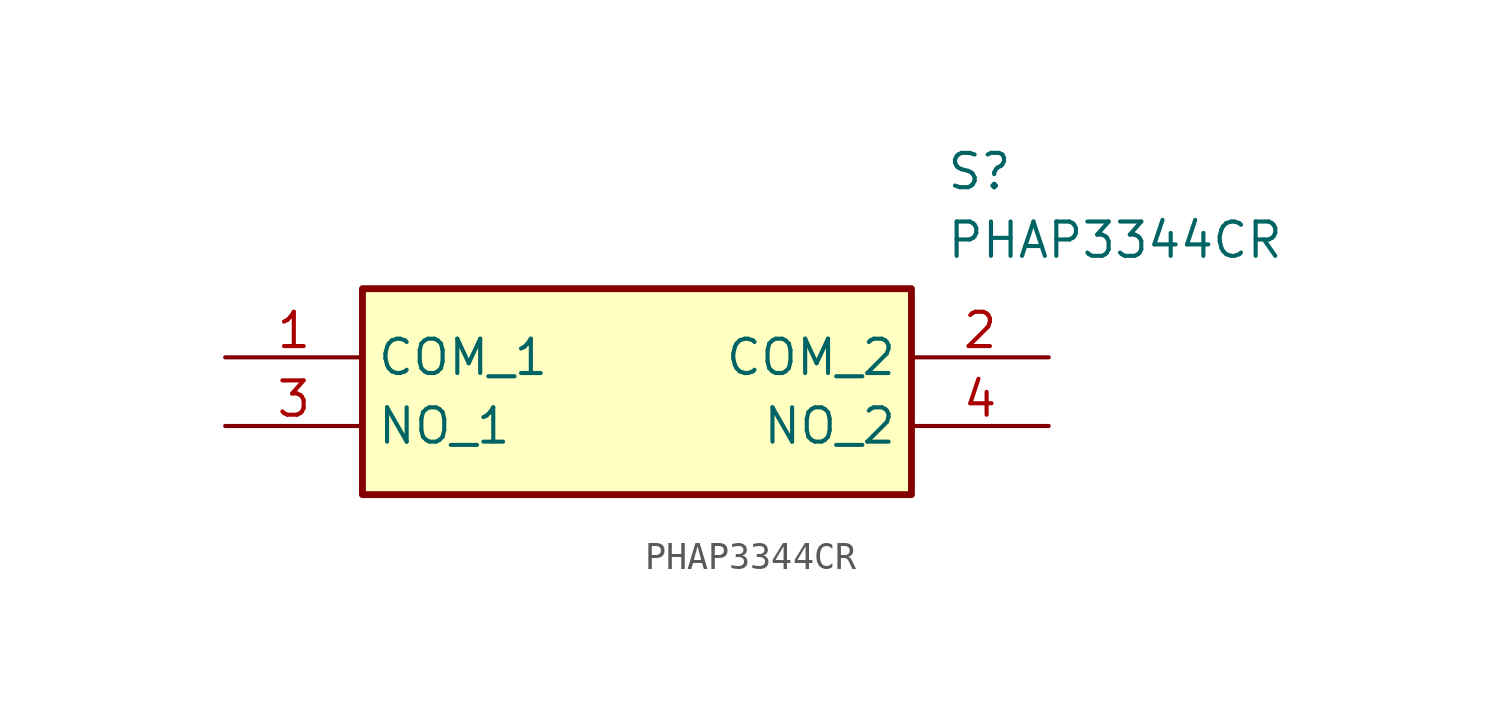
<source format=kicad_sym>
(kicad_symbol_lib
  (version 20211014)
  (generator SamacSys_ECAD_Model)
  (symbol "PHAP3344CR"
    (property "Reference" "S"
      (at 26.67 7.62 0)
      (effects (font (size 1.27 1.27)) (justify left top)))
    (property "Value" "PHAP3344CR"
      (at 26.67 5.08 0)
      (effects (font (size 1.27 1.27)) (justify left top)))
    (rectangle
      (start 5.08 2.54)
      (end 25.4 -5.08)
      (stroke (width 0.254) (type default))
      (fill (type background)))
    (pin passive line
      (at 0 0 0)
      (length 5.08)
      (name "COM_1" (effects (font (size 1.27 1.27))))
      (number "1" (effects (font (size 1.27 1.27)))))
    (pin passive line
      (at 30.48 0 180)
      (length 5.08)
      (name "COM_2" (effects (font (size 1.27 1.27))))
      (number "2" (effects (font (size 1.27 1.27)))))
    (pin passive line
      (at 0 -2.54 0)
      (length 5.08)
      (name "NO_1" (effects (font (size 1.27 1.27))))
      (number "3" (effects (font (size 1.27 1.27)))))
    (pin passive line
      (at 30.48 -2.54 180)
      (length 5.08)
      (name "NO_2" (effects (font (size 1.27 1.27))))
      (number "4" (effects (font (size 1.27 1.27)))))))
</source>
